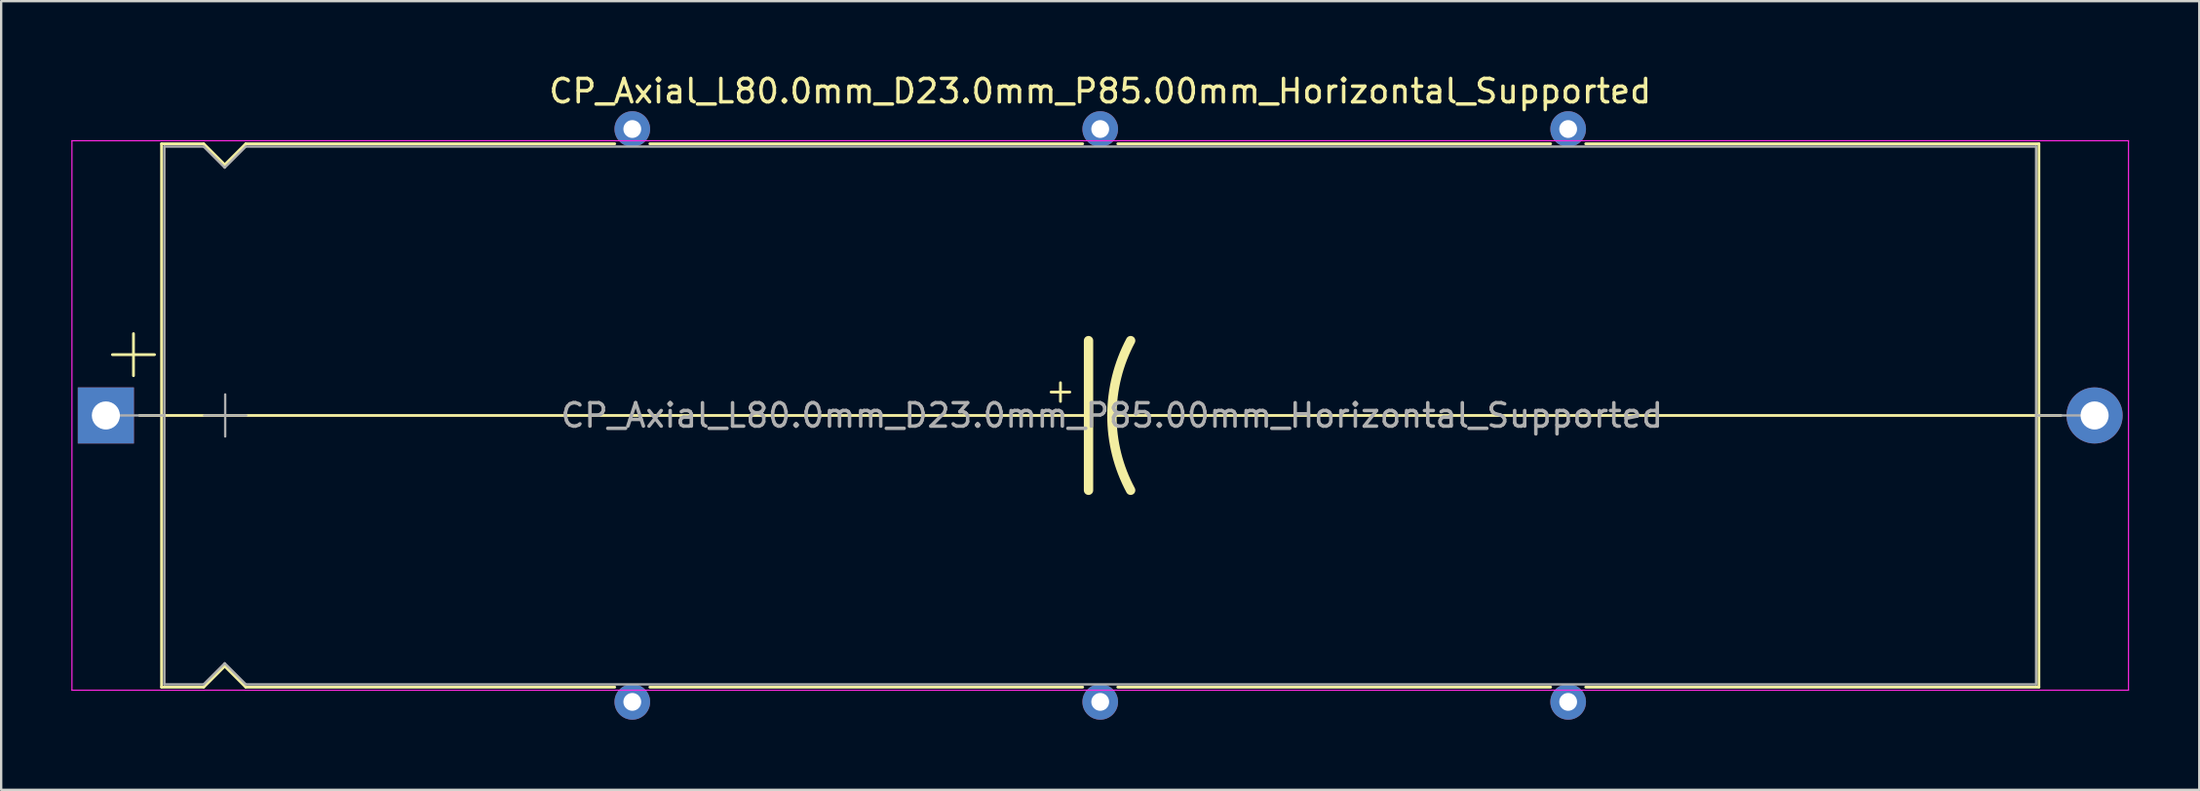
<source format=kicad_pcb>
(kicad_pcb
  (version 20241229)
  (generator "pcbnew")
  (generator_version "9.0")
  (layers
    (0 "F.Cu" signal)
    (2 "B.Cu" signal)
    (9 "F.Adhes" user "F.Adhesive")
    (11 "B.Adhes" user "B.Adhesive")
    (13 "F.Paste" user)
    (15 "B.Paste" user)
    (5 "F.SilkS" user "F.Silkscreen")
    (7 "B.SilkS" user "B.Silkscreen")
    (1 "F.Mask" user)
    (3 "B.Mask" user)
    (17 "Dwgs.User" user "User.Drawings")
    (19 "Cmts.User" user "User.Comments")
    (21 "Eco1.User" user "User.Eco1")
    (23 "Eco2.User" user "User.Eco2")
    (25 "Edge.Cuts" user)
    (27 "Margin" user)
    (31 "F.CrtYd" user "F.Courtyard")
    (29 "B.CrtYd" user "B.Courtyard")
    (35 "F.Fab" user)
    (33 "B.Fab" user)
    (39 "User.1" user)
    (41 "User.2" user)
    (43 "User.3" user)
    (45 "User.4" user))
  (footprint "CP_Axial_L80.0mm_D23.0mm_P85.00mm_Horizontal_Supported"
    (layer "F.Cu")
    (at 1.475 14.718)
    (property "Reference" "CP_Axial_L80.0mm_D23.0mm_P85.00mm_Horizontal_Supported" (at 42.5 -13.87 0) (layer "F.SilkS") (effects (font (size 1 1) (thickness 0.15))))
    (attr through_hole)
    (fp_line (start 0.28 -2.6) (end 2.08 -2.6) (stroke (width 0.12) (type solid)) (layer "F.SilkS"))
    (fp_line (start 1.18 -3.5) (end 1.18 -1.7) (stroke (width 0.12) (type solid)) (layer "F.SilkS"))
    (fp_line (start 1.44 0) (end 2.38 0) (stroke (width 0.12) (type solid)) (layer "F.SilkS"))
    (fp_line (start 2.38 -11.62) (end 2.38 11.62) (stroke (width 0.12) (type solid)) (layer "F.SilkS"))
    (fp_line (start 2.38 -11.62) (end 4.18 -11.62) (stroke (width 0.12) (type solid)) (layer "F.SilkS"))
    (fp_line (start 2.38 0) (end 42 0) (stroke (width 0.12) (type solid)) (layer "F.SilkS"))
    (fp_line (start 2.38 11.62) (end 4.18 11.62) (stroke (width 0.12) (type solid)) (layer "F.SilkS"))
    (fp_line (start 4.18 -11.62) (end 5.08 -10.72) (stroke (width 0.12) (type solid)) (layer "F.SilkS"))
    (fp_line (start 4.18 11.62) (end 5.08 10.72) (stroke (width 0.12) (type solid)) (layer "F.SilkS"))
    (fp_line (start 5.08 -10.72) (end 5.98 -11.62) (stroke (width 0.12) (type solid)) (layer "F.SilkS"))
    (fp_line (start 5.08 10.72) (end 5.98 11.62) (stroke (width 0.12) (type solid)) (layer "F.SilkS"))
    (fp_line (start 5.98 -11.62) (end 21.75 -11.62) (stroke (width 0.12) (type solid)) (layer "F.SilkS"))
    (fp_line (start 5.98 11.62) (end 21.75 11.62) (stroke (width 0.12) (type solid)) (layer "F.SilkS"))
    (fp_line (start 23.25 -11.62) (end 41.75 -11.62) (stroke (width 0.12) (type solid)) (layer "F.SilkS"))
    (fp_line (start 23.25 11.62) (end 41.75 11.62) (stroke (width 0.12) (type solid)) (layer "F.SilkS"))
    (fp_line (start 40.4 -1) (end 41.2 -1) (stroke (width 0.12) (type solid)) (layer "F.SilkS"))
    (fp_line (start 40.8 -1.4) (end 40.8 -0.6) (stroke (width 0.12) (type solid)) (layer "F.SilkS"))
    (fp_line (start 42 0) (end 42 -3.2) (stroke (width 0.4) (type solid)) (layer "F.SilkS"))
    (fp_line (start 42 0) (end 42 3.2) (stroke (width 0.4) (type solid)) (layer "F.SilkS"))
    (fp_line (start 43.25 -11.62) (end 61.75 -11.62) (stroke (width 0.12) (type solid)) (layer "F.SilkS"))
    (fp_line (start 43.25 11.62) (end 61.75 11.62) (stroke (width 0.12) (type solid)) (layer "F.SilkS"))
    (fp_line (start 63.25 -11.62) (end 82.62 -11.62) (stroke (width 0.12) (type solid)) (layer "F.SilkS"))
    (fp_line (start 63.25 11.62) (end 82.62 11.62) (stroke (width 0.12) (type solid)) (layer "F.SilkS"))
    (fp_line (start 82.62 -11.62) (end 82.62 11.62) (stroke (width 0.12) (type solid)) (layer "F.SilkS"))
    (fp_line (start 82.62 0) (end 43 0) (stroke (width 0.12) (type solid)) (layer "F.SilkS"))
    (fp_line (start 83.56 0) (end 82.62 0) (stroke (width 0.12) (type solid)) (layer "F.SilkS"))
    (fp_arc (start 43 0) (mid 43.203541 -1.649116) (end 43.8 -3.2) (stroke (width 0.4) (type solid)) (layer "F.SilkS"))
    (fp_arc (start 43.8 3.2) (mid 43.200703 1.649824) (end 43 0) (stroke (width 0.4) (type solid)) (layer "F.SilkS"))
    (fp_line (start -1.45 -11.75) (end -1.45 11.75) (stroke (width 0.05) (type solid)) (layer "F.CrtYd"))
    (fp_line (start -1.45 11.75) (end 86.45 11.75) (stroke (width 0.05) (type solid)) (layer "F.CrtYd"))
    (fp_line (start 86.45 -11.75) (end -1.45 -11.75) (stroke (width 0.05) (type solid)) (layer "F.CrtYd"))
    (fp_line (start 86.45 11.75) (end 86.45 -11.75) (stroke (width 0.05) (type solid)) (layer "F.CrtYd"))
    (fp_line (start 0 0) (end 2.5 0) (stroke (width 0.1) (type solid)) (layer "F.Fab"))
    (fp_line (start 2.5 -11.5) (end 2.5 11.5) (stroke (width 0.1) (type solid)) (layer "F.Fab"))
    (fp_line (start 2.5 -11.5) (end 4.18 -11.5) (stroke (width 0.1) (type solid)) (layer "F.Fab"))
    (fp_line (start 2.5 11.5) (end 4.18 11.5) (stroke (width 0.1) (type solid)) (layer "F.Fab"))
    (fp_line (start 4.18 -11.5) (end 5.08 -10.6) (stroke (width 0.1) (type solid)) (layer "F.Fab"))
    (fp_line (start 4.18 11.5) (end 5.08 10.6) (stroke (width 0.1) (type solid)) (layer "F.Fab"))
    (fp_line (start 4.2 0) (end 6 0) (stroke (width 0.1) (type solid)) (layer "F.Fab"))
    (fp_line (start 5.08 -10.6) (end 5.98 -11.5) (stroke (width 0.1) (type solid)) (layer "F.Fab"))
    (fp_line (start 5.08 10.6) (end 5.98 11.5) (stroke (width 0.1) (type solid)) (layer "F.Fab"))
    (fp_line (start 5.1 -0.9) (end 5.1 0.9) (stroke (width 0.1) (type solid)) (layer "F.Fab"))
    (fp_line (start 5.98 -11.5) (end 82.5 -11.5) (stroke (width 0.1) (type solid)) (layer "F.Fab"))
    (fp_line (start 5.98 11.5) (end 82.5 11.5) (stroke (width 0.1) (type solid)) (layer "F.Fab"))
    (fp_line (start 82.5 -11.5) (end 82.5 11.5) (stroke (width 0.1) (type solid)) (layer "F.Fab"))
    (fp_line (start 85 0) (end 82.5 0) (stroke (width 0.1) (type solid)) (layer "F.Fab"))
    (fp_text user "${REFERENCE}" (at 43 0 0) (layer "F.Fab") (effects (font (size 1 1) (thickness 0.15))))
    (pad "" thru_hole circle (at 22.5 -12.25) (size 1.524 1.524) (drill 0.762) (layers "*.Cu" "*.Mask"))
    (pad "" thru_hole circle (at 22.5 12.25) (size 1.524 1.524) (drill 0.762) (layers "*.Cu" "*.Mask"))
    (pad "" thru_hole circle (at 42.5 -12.25) (size 1.524 1.524) (drill 0.762) (layers "*.Cu" "*.Mask"))
    (pad "" thru_hole circle (at 42.5 12.25) (size 1.524 1.524) (drill 0.762) (layers "*.Cu" "*.Mask"))
    (pad "" thru_hole circle (at 62.5 -12.25) (size 1.524 1.524) (drill 0.762) (layers "*.Cu" "*.Mask"))
    (pad "" thru_hole circle (at 62.5 12.25) (size 1.524 1.524) (drill 0.762) (layers "*.Cu" "*.Mask"))
    (pad "1" thru_hole rect (at 0 0) (size 2.4 2.4) (drill 1.2) (layers "*.Cu" "*.Mask"))
    (pad "2" thru_hole oval (at 85 0) (size 2.4 2.4) (drill 1.2) (layers "*.Cu" "*.Mask")))
  (gr_rect
    (start -3 -3)
    (end 90.95 30.73)
    (stroke (width 0.1) (type default))
    (fill no)
    (layer "Edge.Cuts")))
</source>
